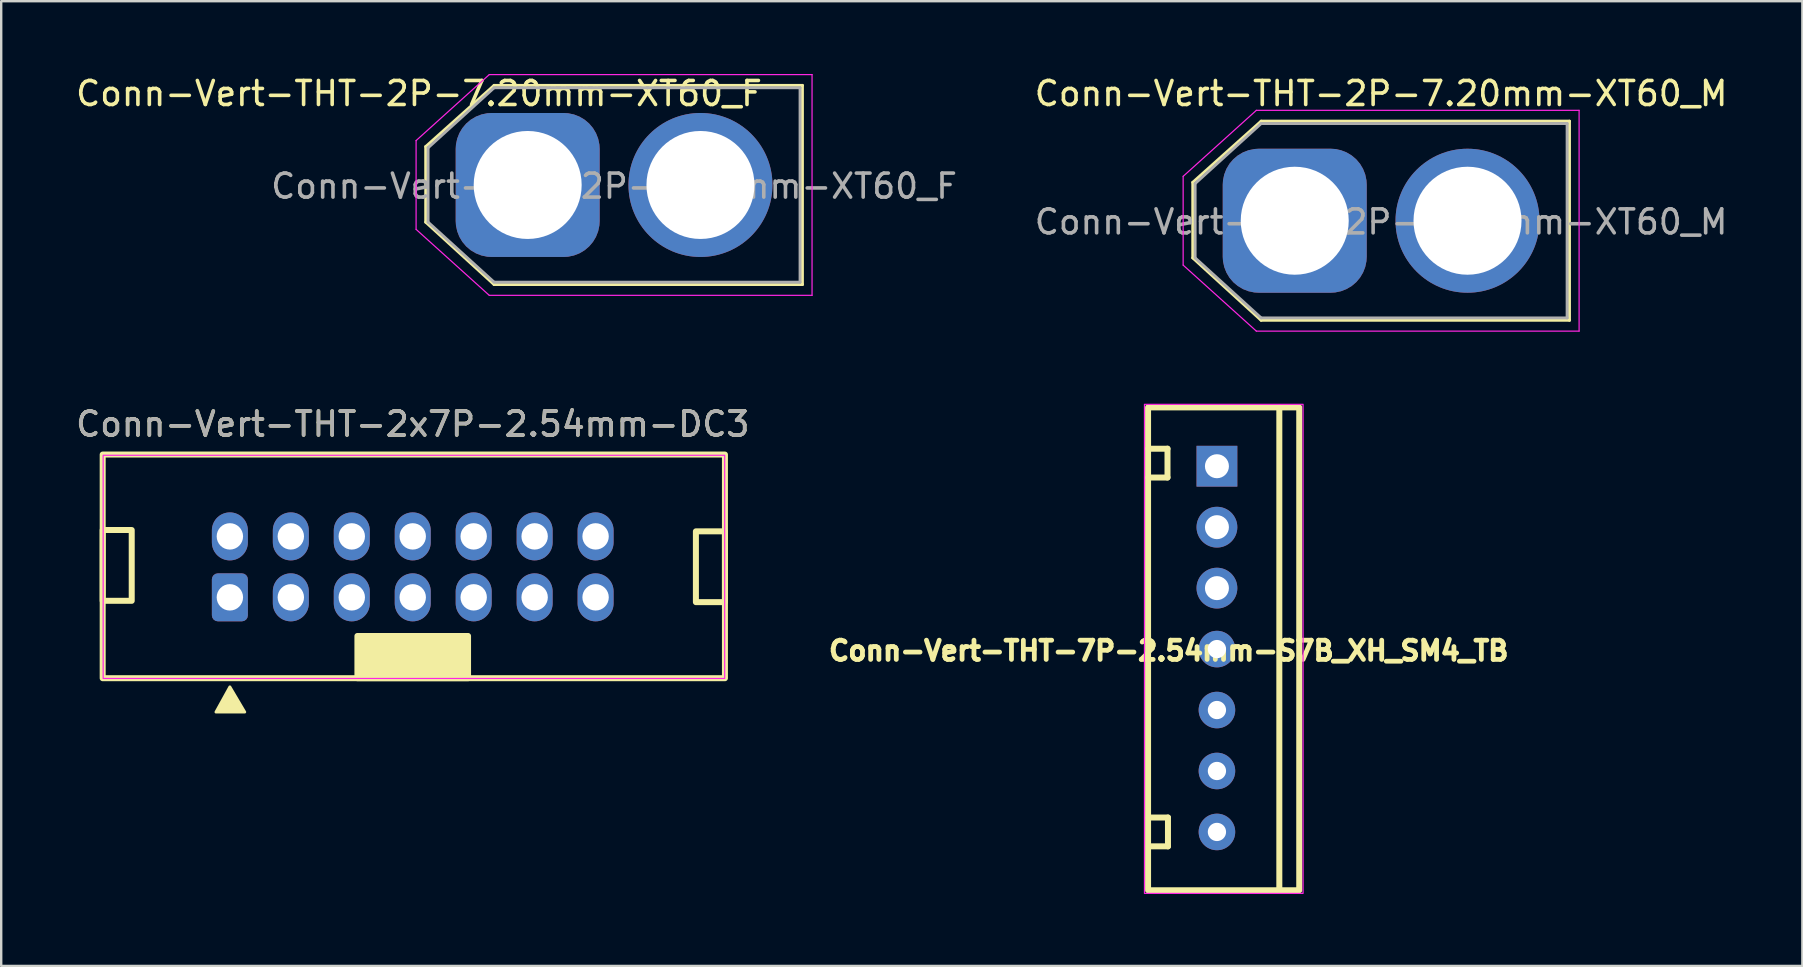
<source format=kicad_pcb>
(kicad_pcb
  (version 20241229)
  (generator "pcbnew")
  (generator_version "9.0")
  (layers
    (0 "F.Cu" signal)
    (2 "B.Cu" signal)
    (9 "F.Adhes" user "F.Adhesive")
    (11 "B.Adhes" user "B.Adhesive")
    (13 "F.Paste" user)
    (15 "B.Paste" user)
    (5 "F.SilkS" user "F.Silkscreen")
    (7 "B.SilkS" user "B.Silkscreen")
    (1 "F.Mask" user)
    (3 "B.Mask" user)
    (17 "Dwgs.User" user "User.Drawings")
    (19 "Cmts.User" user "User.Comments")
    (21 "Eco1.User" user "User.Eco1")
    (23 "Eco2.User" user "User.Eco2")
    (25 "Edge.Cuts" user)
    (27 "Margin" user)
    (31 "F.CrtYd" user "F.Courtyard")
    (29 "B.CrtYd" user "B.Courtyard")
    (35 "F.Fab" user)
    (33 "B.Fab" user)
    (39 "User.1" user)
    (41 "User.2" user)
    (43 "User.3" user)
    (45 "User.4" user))
  (footprint "Conn-Vert-THT-2P-7.20mm-XT60_M"
    (layer "F.Cu")
    (at 50.903 6.148)
    (property "Reference" "Conn-Vert-THT-2P-7.20mm-XT60_M" (at 3.6 -5.3 180) (layer "F.SilkS") (effects (font (size 1 1) (thickness 0.15))))
    (attr through_hole)
    (fp_line (start -4.25 -1.6) (end -4.25 1.55) (stroke (width 0.12) (type solid)) (layer "F.SilkS"))
    (fp_line (start -4.25 1.55) (end -1.4 4.15) (stroke (width 0.12) (type solid)) (layer "F.SilkS"))
    (fp_line (start -1.4 -4.15) (end -4.25 -1.6) (stroke (width 0.12) (type solid)) (layer "F.SilkS"))
    (fp_line (start -1.4 4.15) (end 11.45 4.15) (stroke (width 0.12) (type solid)) (layer "F.SilkS"))
    (fp_line (start 11.45 -4.15) (end -1.4 -4.15) (stroke (width 0.12) (type solid)) (layer "F.SilkS"))
    (fp_line (start 11.45 4.15) (end 11.45 -4.15) (stroke (width 0.12) (type solid)) (layer "F.SilkS"))
    (fp_line (start -4.65 -1.85) (end -1.6 -4.6) (stroke (width 0.05) (type solid)) (layer "F.CrtYd"))
    (fp_line (start -4.65 1.85) (end -4.65 -1.85) (stroke (width 0.05) (type solid)) (layer "F.CrtYd"))
    (fp_line (start -1.6 -4.6) (end 11.85 -4.6) (stroke (width 0.05) (type solid)) (layer "F.CrtYd"))
    (fp_line (start -1.6 4.6) (end -4.65 1.85) (stroke (width 0.05) (type solid)) (layer "F.CrtYd"))
    (fp_line (start 11.85 -4.6) (end 11.85 4.6) (stroke (width 0.05) (type solid)) (layer "F.CrtYd"))
    (fp_line (start 11.85 4.6) (end -1.6 4.6) (stroke (width 0.05) (type solid)) (layer "F.CrtYd"))
    (fp_line (start -4.15 -1.55) (end -4.15 1.55) (stroke (width 0.12) (type solid)) (layer "F.Fab"))
    (fp_line (start -4.15 1.55) (end -1.4 4.05) (stroke (width 0.12) (type solid)) (layer "F.Fab"))
    (fp_line (start -1.4 -4.05) (end -4.15 -1.55) (stroke (width 0.12) (type solid)) (layer "F.Fab"))
    (fp_line (start -1.4 4.05) (end 11.35 4.05) (stroke (width 0.12) (type solid)) (layer "F.Fab"))
    (fp_line (start 11.35 -4.05) (end -1.4 -4.05) (stroke (width 0.12) (type solid)) (layer "F.Fab"))
    (fp_line (start 11.35 4.05) (end 11.35 -4.05) (stroke (width 0.12) (type solid)) (layer "F.Fab"))
    (fp_text user "${REFERENCE}" (at 3.6 0.05 0) (layer "F.Fab") (effects (font (size 1 1) (thickness 0.15))))
    (pad "1" thru_hole roundrect (at 0 0) (size 6 6) (drill 4.5) (layers "*.Cu" "*.Mask") (roundrect_rratio 0.25))
    (pad "2" thru_hole circle (at 7.2 0) (size 6 6) (drill 4.5) (layers "*.Cu" "*.Mask")))
  (footprint "Conn-Vert-THT-2P-7.20mm-XT60_F"
    (layer "F.Cu")
    (at 18.939 4.658)
    (property "Reference" "Conn-Vert-THT-2P-7.20mm-XT60_F" (at -4.528 -3.81 0) (layer "F.SilkS") (effects (font (size 1 1) (thickness 0.15))))
    (attr through_hole)
    (fp_line (start -4.25 -1.6) (end -4.25 1.55) (stroke (width 0.12) (type solid)) (layer "F.SilkS"))
    (fp_line (start -4.25 1.55) (end -1.4 4.15) (stroke (width 0.12) (type solid)) (layer "F.SilkS"))
    (fp_line (start -1.4 -4.15) (end -4.25 -1.6) (stroke (width 0.12) (type solid)) (layer "F.SilkS"))
    (fp_line (start -1.4 4.15) (end 11.45 4.15) (stroke (width 0.12) (type solid)) (layer "F.SilkS"))
    (fp_line (start 11.45 -4.15) (end -1.4 -4.15) (stroke (width 0.12) (type solid)) (layer "F.SilkS"))
    (fp_line (start 11.45 4.15) (end 11.45 -4.15) (stroke (width 0.12) (type solid)) (layer "F.SilkS"))
    (fp_line (start -4.65 -1.85) (end -1.6 -4.6) (stroke (width 0.05) (type solid)) (layer "F.CrtYd"))
    (fp_line (start -4.65 1.85) (end -4.65 -1.85) (stroke (width 0.05) (type solid)) (layer "F.CrtYd"))
    (fp_line (start -1.6 -4.6) (end 11.85 -4.6) (stroke (width 0.05) (type solid)) (layer "F.CrtYd"))
    (fp_line (start -1.6 4.6) (end -4.65 1.85) (stroke (width 0.05) (type solid)) (layer "F.CrtYd"))
    (fp_line (start 11.85 -4.6) (end 11.85 4.6) (stroke (width 0.05) (type solid)) (layer "F.CrtYd"))
    (fp_line (start 11.85 4.6) (end -1.6 4.6) (stroke (width 0.05) (type solid)) (layer "F.CrtYd"))
    (fp_line (start -4.15 -1.55) (end -4.15 1.55) (stroke (width 0.12) (type solid)) (layer "F.Fab"))
    (fp_line (start -4.15 1.55) (end -1.4 4.05) (stroke (width 0.12) (type solid)) (layer "F.Fab"))
    (fp_line (start -1.4 -4.05) (end -4.15 -1.55) (stroke (width 0.12) (type solid)) (layer "F.Fab"))
    (fp_line (start -1.4 4.05) (end 11.35 4.05) (stroke (width 0.12) (type solid)) (layer "F.Fab"))
    (fp_line (start 11.35 -4.05) (end -1.4 -4.05) (stroke (width 0.12) (type solid)) (layer "F.Fab"))
    (fp_line (start 11.35 4.05) (end 11.35 -4.05) (stroke (width 0.12) (type solid)) (layer "F.Fab"))
    (fp_text user "${REFERENCE}" (at 3.6 0.05 0) (layer "F.Fab") (effects (font (size 1 1) (thickness 0.15))))
    (pad "1" thru_hole roundrect (at 0 0) (size 6 6) (drill 4.5) (layers "*.Cu" "*.Mask") (roundrect_rratio 0.25))
    (pad "2" thru_hole circle (at 7.2 0) (size 6 6) (drill 4.5) (layers "*.Cu" "*.Mask")))
  (footprint "Conn-Vert-THT-2x7P-2.54mm-DC3"
    (layer "F.Cu")
    (at 14.149 20.572)
    (property "Reference" "Conn-Vert-THT-2x7P-2.54mm-DC3" (at 0 -5.95 0) (unlocked yes) (layer "F.SilkS") (effects (font (size 1 1) (thickness 0.15))))
    (attr through_hole)
    (fp_rect (start -12.92 -4.68) (end 13.01 4.64) (stroke (width 0.25) (type solid)) (fill no) (layer "F.SilkS"))
    (fp_rect (start -11.71 -1.535) (end -12.92 1.415) (stroke (width 0.25) (type solid)) (fill no) (layer "F.SilkS"))
    (fp_rect (start -2.305 2.88) (end 2.305 4.64) (stroke (width 0.12) (type solid)) (fill yes) (layer "F.SilkS"))
    (fp_rect (start -2.305 2.88) (end 2.305 4.64) (stroke (width 0.25) (type solid)) (fill no) (layer "F.SilkS"))
    (fp_rect (start 13.01 -1.48) (end 11.8 1.47) (stroke (width 0.25) (type solid)) (fill no) (layer "F.SilkS"))
    (fp_poly (pts (xy -7.62 5) (xy -8.2 6.05) (xy -7 6.05)) (stroke (width 0.12) (type solid)) (fill yes) (layer "F.SilkS"))
    (fp_rect (start -12.9 -4.65) (end 13 4.65) (stroke (width 0.05) (type default)) (fill no) (layer "F.CrtYd"))
    (fp_text user "${REFERENCE}" (at 0 -5.95 0) (unlocked yes) (layer "F.Fab") (effects (font (size 1 1) (thickness 0.15))))
    (pad "1" thru_hole roundrect (at -7.62 1.27 180) (size 1.5 2) (drill 1.1) (layers "*.Cu" "*.Mask") (roundrect_rratio 0.167))
    (pad "2" thru_hole oval (at -7.62 -1.27 180) (size 1.5 2) (drill 1.1) (layers "*.Cu" "*.Mask"))
    (pad "3" thru_hole oval (at -5.08 1.27 180) (size 1.5 2) (drill 1.1) (layers "*.Cu" "*.Mask"))
    (pad "4" thru_hole oval (at -5.08 -1.27 180) (size 1.5 2) (drill 1.1) (layers "*.Cu" "*.Mask"))
    (pad "5" thru_hole oval (at -2.54 1.27 180) (size 1.5 2) (drill 1.1) (layers "*.Cu" "*.Mask"))
    (pad "6" thru_hole oval (at -2.54 -1.27 180) (size 1.5 2) (drill 1.1) (layers "*.Cu" "*.Mask"))
    (pad "7" thru_hole oval (at 0 1.27 180) (size 1.5 2) (drill 1.1) (layers "*.Cu" "*.Mask"))
    (pad "8" thru_hole oval (at 0 -1.27 180) (size 1.5 2) (drill 1.1) (layers "*.Cu" "*.Mask"))
    (pad "9" thru_hole oval (at 2.54 1.27 180) (size 1.5 2) (drill 1.1) (layers "*.Cu" "*.Mask"))
    (pad "10" thru_hole oval (at 2.54 -1.27 180) (size 1.5 2) (drill 1.1) (layers "*.Cu" "*.Mask"))
    (pad "11" thru_hole oval (at 5.08 1.27 180) (size 1.5 2) (drill 1.1) (layers "*.Cu" "*.Mask"))
    (pad "12" thru_hole oval (at 5.08 -1.27 180) (size 1.5 2) (drill 1.1) (layers "*.Cu" "*.Mask"))
    (pad "13" thru_hole oval (at 7.62 1.27 180) (size 1.5 2) (drill 1.1) (layers "*.Cu" "*.Mask"))
    (pad "14" thru_hole oval (at 7.62 -1.27 180) (size 1.5 2) (drill 1.1) (layers "*.Cu" "*.Mask")))
  (footprint "Conn-Vert-THT-7P-2.54mm-S7B_XH_SM4_TB"
    (layer "F.Cu")
    (at 47.661 23.998)
    (property "Reference" "Conn-Vert-THT-7P-2.54mm-S7B_XH_SM4_TB" (at -2.01 0.07 0) (unlocked yes) (layer "F.SilkS") (effects (font (size 0.8 0.8) (thickness 0.3))))
    (attr through_hole)
    (fp_line (start -2.86 -8.35) (end -2.06 -8.35) (stroke (width 0.25) (type solid)) (layer "F.SilkS"))
    (fp_line (start -2.84 7.02) (end -2.04 7.02) (stroke (width 0.25) (type solid)) (layer "F.SilkS"))
    (fp_line (start -2.06 -8.35) (end -2.06 -7.15) (stroke (width 0.25) (type solid)) (layer "F.SilkS"))
    (fp_line (start -2.06 -7.15) (end -2.86 -7.15) (stroke (width 0.25) (type solid)) (layer "F.SilkS"))
    (fp_line (start -2.04 7.02) (end -2.04 8.22) (stroke (width 0.25) (type solid)) (layer "F.SilkS"))
    (fp_line (start -2.04 8.22) (end -2.84 8.22) (stroke (width 0.25) (type solid)) (layer "F.SilkS"))
    (fp_line (start 2.6 -10.07) (end 2.6 10.02) (stroke (width 0.25) (type solid)) (layer "F.SilkS"))
    (fp_rect (start -2.87 -10.07) (end 3.43 10.05) (stroke (width 0.25) (type solid)) (fill no) (layer "F.SilkS"))
    (fp_rect (start -3.02 -10.2) (end 3.59 10.18) (stroke (width 0.05) (type solid)) (fill no) (layer "F.CrtYd"))
    (pad "1" thru_hole rect (at 0 -7.62) (size 1.7 1.7) (drill 1) (layers "*.Cu" "*.Mask"))
    (pad "2" thru_hole oval (at 0 -5.08) (size 1.7 1.7) (drill 1) (layers "*.Cu" "*.Mask"))
    (pad "3" thru_hole circle (at 0 -2.54) (size 1.7 1.7) (drill 1) (layers "*.Cu" "*.Mask"))
    (pad "4" thru_hole circle (at 0 0) (size 1.524 1.524) (drill 0.762) (layers "*.Cu" "*.Mask"))
    (pad "5" thru_hole circle (at 0 2.54) (size 1.524 1.524) (drill 0.762) (layers "*.Cu" "*.Mask"))
    (pad "6" thru_hole circle (at 0 5.08) (size 1.524 1.524) (drill 0.762) (layers "*.Cu" "*.Mask"))
    (pad "7" thru_hole circle (at 0 7.62) (size 1.524 1.524) (drill 0.762) (layers "*.Cu" "*.Mask")))
  (gr_rect
    (start -3 -3)
    (end 72.057 37.203)
    (stroke (width 0.1) (type default))
    (fill no)
    (layer "Edge.Cuts")))
</source>
